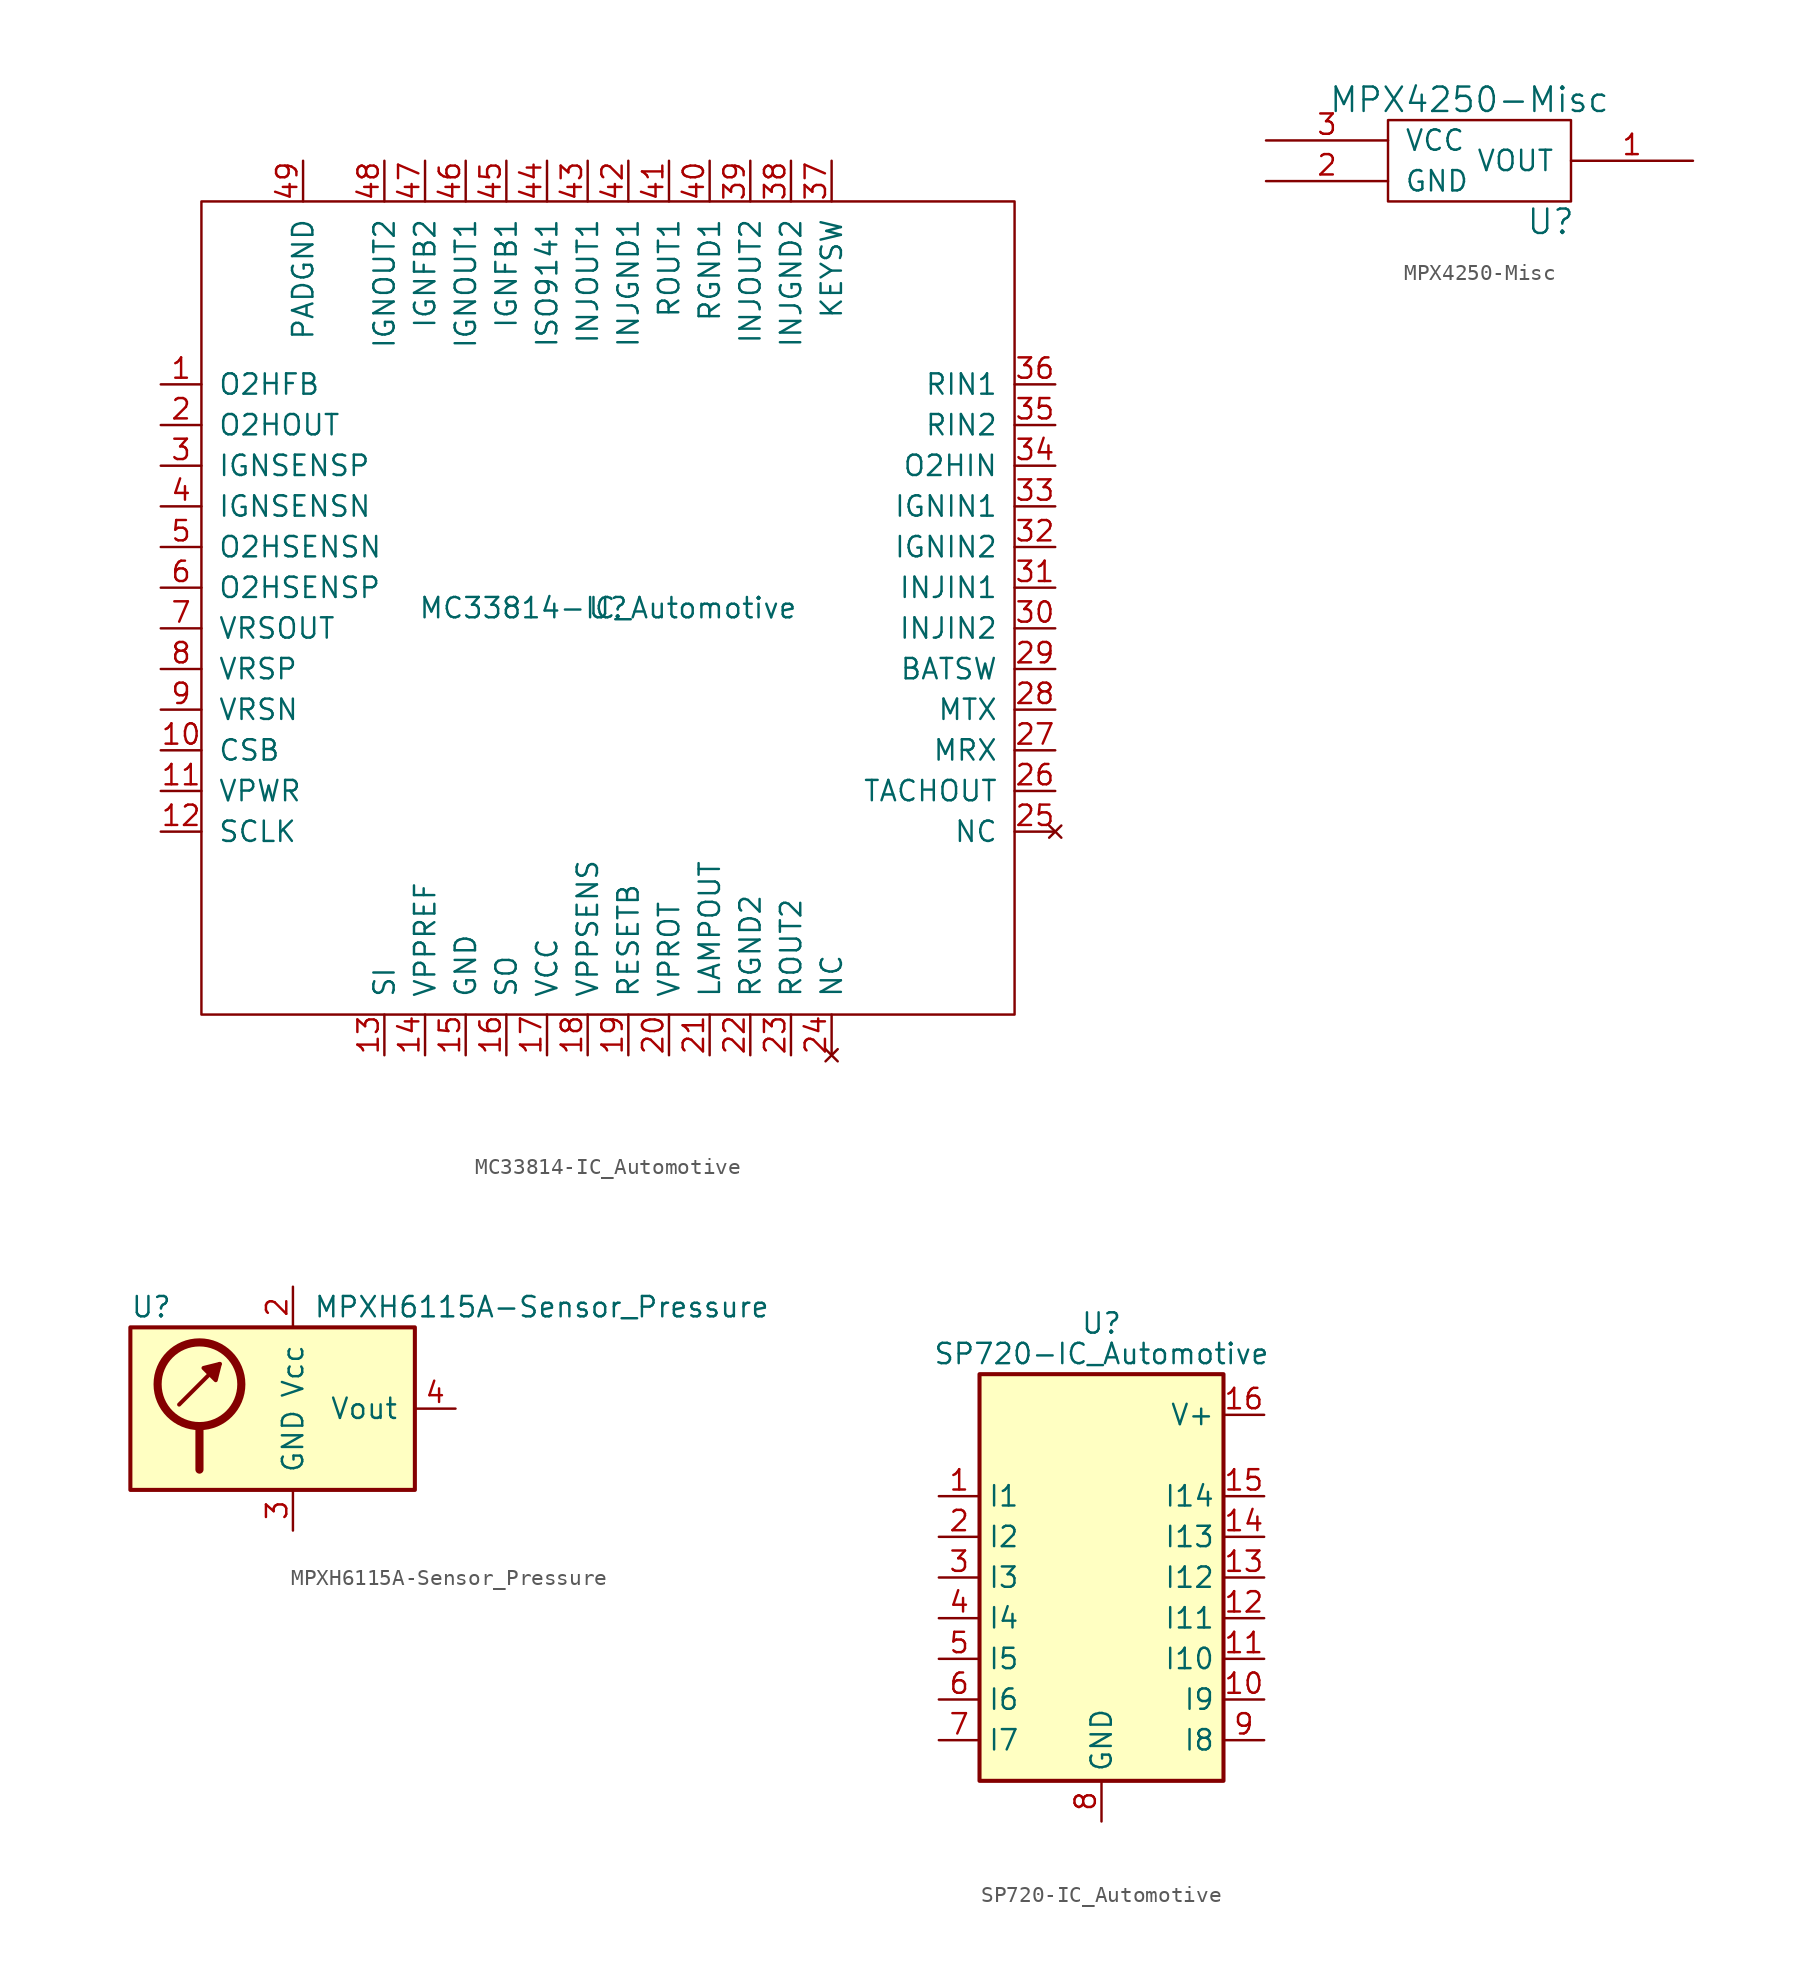
<source format=kicad_sym>
(kicad_symbol_lib
  (version 20241209)
  (generator "kicad_symbol_editor")
  (generator_version "9.0")
  (symbol "MC33814-IC_Automotive"
    (pin_names
      (offset 1.016))
    (property "Reference" "U"
      (at 0 0 0)
      (effects (font (size 1.27 1.27))))
    (property "Value" "MC33814-IC_Automotive"
      (at 0 0 0)
      (effects (font (size 1.27 1.27))))
    (symbol "MC33814-IC_Automotive_0_1"
      (rectangle (start -25.4 25.4) (end 25.4 -25.4) (stroke (width 0) (type solid)) (fill (type none))))
    (symbol "MC33814-IC_Automotive_1_1"
      (pin input line (at -27.94 13.97 0) (length 2.54) (name "O2HFB" (effects (font (size 1.27 1.27)))) (number "1" (effects (font (size 1.27 1.27)))))
      (pin output line (at -27.94 11.43 0) (length 2.54) (name "O2HOUT" (effects (font (size 1.27 1.27)))) (number "2" (effects (font (size 1.27 1.27)))))
      (pin input line (at -27.94 8.89 0) (length 2.54) (name "IGNSENSP" (effects (font (size 1.27 1.27)))) (number "3" (effects (font (size 1.27 1.27)))))
      (pin input line (at -27.94 6.35 0) (length 2.54) (name "IGNSENSN" (effects (font (size 1.27 1.27)))) (number "4" (effects (font (size 1.27 1.27)))))
      (pin input line (at -27.94 3.81 0) (length 2.54) (name "O2HSENSN" (effects (font (size 1.27 1.27)))) (number "5" (effects (font (size 1.27 1.27)))))
      (pin input line (at -27.94 1.27 0) (length 2.54) (name "O2HSENSP" (effects (font (size 1.27 1.27)))) (number "6" (effects (font (size 1.27 1.27)))))
      (pin output line (at -27.94 -1.27 0) (length 2.54) (name "VRSOUT" (effects (font (size 1.27 1.27)))) (number "7" (effects (font (size 1.27 1.27)))))
      (pin input line (at -27.94 -3.81 0) (length 2.54) (name "VRSP" (effects (font (size 1.27 1.27)))) (number "8" (effects (font (size 1.27 1.27)))))
      (pin input line (at -27.94 -6.35 0) (length 2.54) (name "VRSN" (effects (font (size 1.27 1.27)))) (number "9" (effects (font (size 1.27 1.27)))))
      (pin input line (at -27.94 -8.89 0) (length 2.54) (name "CSB" (effects (font (size 1.27 1.27)))) (number "10" (effects (font (size 1.27 1.27)))))
      (pin power_in line (at -27.94 -11.43 0) (length 2.54) (name "VPWR" (effects (font (size 1.27 1.27)))) (number "11" (effects (font (size 1.27 1.27)))))
      (pin input line (at -27.94 -13.97 0) (length 2.54) (name "SCLK" (effects (font (size 1.27 1.27)))) (number "12" (effects (font (size 1.27 1.27)))))
      (pin power_in line (at -19.05 27.94 270) (length 2.54) (name "PADGND" (effects (font (size 1.27 1.27)))) (number "49" (effects (font (size 1.27 1.27)))))
      (pin output line (at -13.97 27.94 270) (length 2.54) (name "IGNOUT2" (effects (font (size 1.27 1.27)))) (number "48" (effects (font (size 1.27 1.27)))))
      (pin input line (at -13.97 -27.94 90) (length 2.54) (name "SI" (effects (font (size 1.27 1.27)))) (number "13" (effects (font (size 1.27 1.27)))))
      (pin input line (at -11.43 27.94 270) (length 2.54) (name "IGNFB2" (effects (font (size 1.27 1.27)))) (number "47" (effects (font (size 1.27 1.27)))))
      (pin output line (at -11.43 -27.94 90) (length 2.54) (name "VPPREF" (effects (font (size 1.27 1.27)))) (number "14" (effects (font (size 1.27 1.27)))))
      (pin output line (at -8.89 27.94 270) (length 2.54) (name "IGNOUT1" (effects (font (size 1.27 1.27)))) (number "46" (effects (font (size 1.27 1.27)))))
      (pin power_in line (at -8.89 -27.94 90) (length 2.54) (name "GND" (effects (font (size 1.27 1.27)))) (number "15" (effects (font (size 1.27 1.27)))))
      (pin input line (at -6.35 27.94 270) (length 2.54) (name "IGNFB1" (effects (font (size 1.27 1.27)))) (number "45" (effects (font (size 1.27 1.27)))))
      (pin output line (at -6.35 -27.94 90) (length 2.54) (name "SO" (effects (font (size 1.27 1.27)))) (number "16" (effects (font (size 1.27 1.27)))))
      (pin bidirectional line (at -3.81 27.94 270) (length 2.54) (name "ISO9141" (effects (font (size 1.27 1.27)))) (number "44" (effects (font (size 1.27 1.27)))))
      (pin power_out line (at -3.81 -27.94 90) (length 2.54) (name "VCC" (effects (font (size 1.27 1.27)))) (number "17" (effects (font (size 1.27 1.27)))))
      (pin output line (at -1.27 27.94 270) (length 2.54) (name "INJOUT1" (effects (font (size 1.27 1.27)))) (number "43" (effects (font (size 1.27 1.27)))))
      (pin input line (at -1.27 -27.94 90) (length 2.54) (name "VPPSENS" (effects (font (size 1.27 1.27)))) (number "18" (effects (font (size 1.27 1.27)))))
      (pin power_out line (at 1.27 27.94 270) (length 2.54) (name "INJGND1" (effects (font (size 1.27 1.27)))) (number "42" (effects (font (size 1.27 1.27)))))
      (pin output line (at 1.27 -27.94 90) (length 2.54) (name "RESETB" (effects (font (size 1.27 1.27)))) (number "19" (effects (font (size 1.27 1.27)))))
      (pin output line (at 3.81 27.94 270) (length 2.54) (name "ROUT1" (effects (font (size 1.27 1.27)))) (number "41" (effects (font (size 1.27 1.27)))))
      (pin power_out line (at 3.81 -27.94 90) (length 2.54) (name "VPROT" (effects (font (size 1.27 1.27)))) (number "20" (effects (font (size 1.27 1.27)))))
      (pin power_out line (at 6.35 27.94 270) (length 2.54) (name "RGND1" (effects (font (size 1.27 1.27)))) (number "40" (effects (font (size 1.27 1.27)))))
      (pin output line (at 6.35 -27.94 90) (length 2.54) (name "LAMPOUT" (effects (font (size 1.27 1.27)))) (number "21" (effects (font (size 1.27 1.27)))))
      (pin output line (at 8.89 27.94 270) (length 2.54) (name "INJOUT2" (effects (font (size 1.27 1.27)))) (number "39" (effects (font (size 1.27 1.27)))))
      (pin power_out line (at 8.89 -27.94 90) (length 2.54) (name "RGND2" (effects (font (size 1.27 1.27)))) (number "22" (effects (font (size 1.27 1.27)))))
      (pin power_out line (at 11.43 27.94 270) (length 2.54) (name "INJGND2" (effects (font (size 1.27 1.27)))) (number "38" (effects (font (size 1.27 1.27)))))
      (pin output line (at 11.43 -27.94 90) (length 2.54) (name "ROUT2" (effects (font (size 1.27 1.27)))) (number "23" (effects (font (size 1.27 1.27)))))
      (pin input line (at 13.97 27.94 270) (length 2.54) (name "KEYSW" (effects (font (size 1.27 1.27)))) (number "37" (effects (font (size 1.27 1.27)))))
      (pin no_connect line (at 13.97 -27.94 90) (length 2.54) (name "NC" (effects (font (size 1.27 1.27)))) (number "24" (effects (font (size 1.27 1.27)))))
      (pin input line (at 27.94 13.97 180) (length 2.54) (name "RIN1" (effects (font (size 1.27 1.27)))) (number "36" (effects (font (size 1.27 1.27)))))
      (pin input line (at 27.94 11.43 180) (length 2.54) (name "RIN2" (effects (font (size 1.27 1.27)))) (number "35" (effects (font (size 1.27 1.27)))))
      (pin input line (at 27.94 8.89 180) (length 2.54) (name "O2HIN" (effects (font (size 1.27 1.27)))) (number "34" (effects (font (size 1.27 1.27)))))
      (pin input line (at 27.94 6.35 180) (length 2.54) (name "IGNIN1" (effects (font (size 1.27 1.27)))) (number "33" (effects (font (size 1.27 1.27)))))
      (pin input line (at 27.94 3.81 180) (length 2.54) (name "IGNIN2" (effects (font (size 1.27 1.27)))) (number "32" (effects (font (size 1.27 1.27)))))
      (pin input line (at 27.94 1.27 180) (length 2.54) (name "INJIN1" (effects (font (size 1.27 1.27)))) (number "31" (effects (font (size 1.27 1.27)))))
      (pin input line (at 27.94 -1.27 180) (length 2.54) (name "INJIN2" (effects (font (size 1.27 1.27)))) (number "30" (effects (font (size 1.27 1.27)))))
      (pin output line (at 27.94 -3.81 180) (length 2.54) (name "BATSW" (effects (font (size 1.27 1.27)))) (number "29" (effects (font (size 1.27 1.27)))))
      (pin input line (at 27.94 -6.35 180) (length 2.54) (name "MTX" (effects (font (size 1.27 1.27)))) (number "28" (effects (font (size 1.27 1.27)))))
      (pin output line (at 27.94 -8.89 180) (length 2.54) (name "MRX" (effects (font (size 1.27 1.27)))) (number "27" (effects (font (size 1.27 1.27)))))
      (pin output line (at 27.94 -11.43 180) (length 2.54) (name "TACHOUT" (effects (font (size 1.27 1.27)))) (number "26" (effects (font (size 1.27 1.27)))))
      (pin no_connect line (at 27.94 -13.97 180) (length 2.54) (name "NC" (effects (font (size 1.27 1.27)))) (number "25" (effects (font (size 1.27 1.27)))))))
  (symbol "MPX4250-Misc"
    (pin_names
      (offset 1.016))
    (property "Reference" "U"
      (at 3.81 -3.81 0)
      (effects (font (size 1.524 1.524))))
    (property "Value" "MPX4250-Misc"
      (at -1.27 3.81 0)
      (effects (font (size 1.524 1.524))))
    (property "Footprint" ""
      (at -1.27 0 0)
      (effects (font (size 1.524 1.524))))
    (property "Datasheet" ""
      (at -1.27 0 0)
      (effects (font (size 1.524 1.524))))
    (symbol "MPX4250-Misc_0_1"
      (rectangle (start -6.35 2.54) (end 5.08 -2.54) (stroke (width 0) (type solid)) (fill (type none))))
    (symbol "MPX4250-Misc_1_1"
      (pin power_in line (at -13.97 1.27 0) (length 7.62) (name "VCC" (effects (font (size 1.27 1.27)))) (number "3" (effects (font (size 1.27 1.27)))))
      (pin power_in line (at -13.97 -1.27 0) (length 7.62) (name "GND" (effects (font (size 1.27 1.27)))) (number "2" (effects (font (size 1.27 1.27)))))
      (pin output line (at 12.7 0 180) (length 7.62) (name "VOUT" (effects (font (size 1.27 1.27)))) (number "1" (effects (font (size 1.27 1.27)))))))
  (symbol "MPXH6115A-Sensor_Pressure"
    (pin_names
      (offset 1.016))
    (property "Reference" "U"
      (at -10.16 6.35 0)
      (effects (font (size 1.27 1.27)) (justify left)))
    (property "Value" "MPXH6115A-Sensor_Pressure"
      (at 1.27 6.35 0)
      (effects (font (size 1.27 1.27)) (justify left)))
    (symbol "MPXH6115A-Sensor_Pressure_0_1"
      (polyline (pts (xy -7.112 0.254) (xy -4.572 2.794)) (stroke (width 0.254) (type solid)) (fill (type none)))
      (circle (center -5.842 1.524) (radius 2.616) (stroke (width 0.508) (type solid)) (fill (type none)))
      (polyline (pts (xy -5.842 -1.27) (xy -5.842 -3.81)) (stroke (width 0.508) (type solid)) (fill (type none)))
      (polyline (pts (xy -4.572 2.794) (xy -4.826 1.778) (xy -5.588 2.54) (xy -4.572 2.794)) (stroke (width 0.254) (type solid)) (fill (type outline)))
      (rectangle (start 7.62 5.08) (end -10.16 -5.08) (stroke (width 0.254) (type solid)) (fill (type background))))
    (symbol "MPXH6115A-Sensor_Pressure_1_1"
      (pin no_connect line (at -7.62 -7.62 90) (length 2.54) (hide yes) (name "NC" (effects (font (size 1.27 1.27)))) (number "5" (effects (font (size 1.27 1.27)))))
      (pin no_connect line (at -5.08 -7.62 90) (length 2.54) (hide yes) (name "NC" (effects (font (size 1.27 1.27)))) (number "6" (effects (font (size 1.27 1.27)))))
      (pin no_connect line (at -2.54 -7.62 90) (length 2.54) (hide yes) (name "NC" (effects (font (size 1.27 1.27)))) (number "7" (effects (font (size 1.27 1.27)))))
      (pin power_in line (at 0 7.62 270) (length 2.54) (name "Vcc" (effects (font (size 1.27 1.27)))) (number "2" (effects (font (size 1.27 1.27)))))
      (pin power_in line (at 0 -7.62 90) (length 2.54) (name "GND" (effects (font (size 1.27 1.27)))) (number "3" (effects (font (size 1.27 1.27)))))
      (pin no_connect line (at 2.54 -7.62 90) (length 2.54) (hide yes) (name "NC" (effects (font (size 1.27 1.27)))) (number "8" (effects (font (size 1.27 1.27)))))
      (pin no_connect line (at 5.08 -7.62 90) (length 2.54) (hide yes) (name "NC" (effects (font (size 1.27 1.27)))) (number "1" (effects (font (size 1.27 1.27)))))
      (pin output line (at 10.16 0 180) (length 2.54) (name "Vout" (effects (font (size 1.27 1.27)))) (number "4" (effects (font (size 1.27 1.27)))))))
  (symbol "SP720-IC_Automotive"
    (property "Reference" "U"
      (at 0 15.875 0)
      (effects (font (size 1.27 1.27))))
    (property "Value" "SP720-IC_Automotive"
      (at 0 13.97 0)
      (effects (font (size 1.27 1.27))))
    (symbol "SP720-IC_Automotive_0_1"
      (rectangle (start -7.62 -12.7) (end 7.62 12.7) (stroke (width 0.254) (type solid)) (fill (type background))))
    (symbol "SP720-IC_Automotive_1_1"
      (pin input line (at -10.16 5.08 0) (length 2.54) (name "I1" (effects (font (size 1.27 1.27)))) (number "1" (effects (font (size 1.27 1.27)))))
      (pin input line (at -10.16 2.54 0) (length 2.54) (name "I2" (effects (font (size 1.27 1.27)))) (number "2" (effects (font (size 1.27 1.27)))))
      (pin input line (at -10.16 0 0) (length 2.54) (name "I3" (effects (font (size 1.27 1.27)))) (number "3" (effects (font (size 1.27 1.27)))))
      (pin input line (at -10.16 -2.54 0) (length 2.54) (name "I4" (effects (font (size 1.27 1.27)))) (number "4" (effects (font (size 1.27 1.27)))))
      (pin input line (at -10.16 -5.08 0) (length 2.54) (name "I5" (effects (font (size 1.27 1.27)))) (number "5" (effects (font (size 1.27 1.27)))))
      (pin input line (at -10.16 -7.62 0) (length 2.54) (name "I6" (effects (font (size 1.27 1.27)))) (number "6" (effects (font (size 1.27 1.27)))))
      (pin input line (at -10.16 -10.16 0) (length 2.54) (name "I7" (effects (font (size 1.27 1.27)))) (number "7" (effects (font (size 1.27 1.27)))))
      (pin power_in line (at 0 -15.24 90) (length 2.54) (name "GND" (effects (font (size 1.27 1.27)))) (number "8" (effects (font (size 1.27 1.27)))))
      (pin power_in line (at 10.16 10.16 180) (length 2.54) (name "V+" (effects (font (size 1.27 1.27)))) (number "16" (effects (font (size 1.27 1.27)))))
      (pin input line (at 10.16 5.08 180) (length 2.54) (name "I14" (effects (font (size 1.27 1.27)))) (number "15" (effects (font (size 1.27 1.27)))))
      (pin open_collector line (at 10.16 2.54 180) (length 2.54) (name "I13" (effects (font (size 1.27 1.27)))) (number "14" (effects (font (size 1.27 1.27)))))
      (pin input line (at 10.16 0 180) (length 2.54) (name "I12" (effects (font (size 1.27 1.27)))) (number "13" (effects (font (size 1.27 1.27)))))
      (pin input line (at 10.16 -2.54 180) (length 2.54) (name "I11" (effects (font (size 1.27 1.27)))) (number "12" (effects (font (size 1.27 1.27)))))
      (pin input line (at 10.16 -5.08 180) (length 2.54) (name "I10" (effects (font (size 1.27 1.27)))) (number "11" (effects (font (size 1.27 1.27)))))
      (pin input line (at 10.16 -7.62 180) (length 2.54) (name "I9" (effects (font (size 1.27 1.27)))) (number "10" (effects (font (size 1.27 1.27)))))
      (pin input line (at 10.16 -10.16 180) (length 2.54) (name "I8" (effects (font (size 1.27 1.27)))) (number "9" (effects (font (size 1.27 1.27))))))))
</source>
